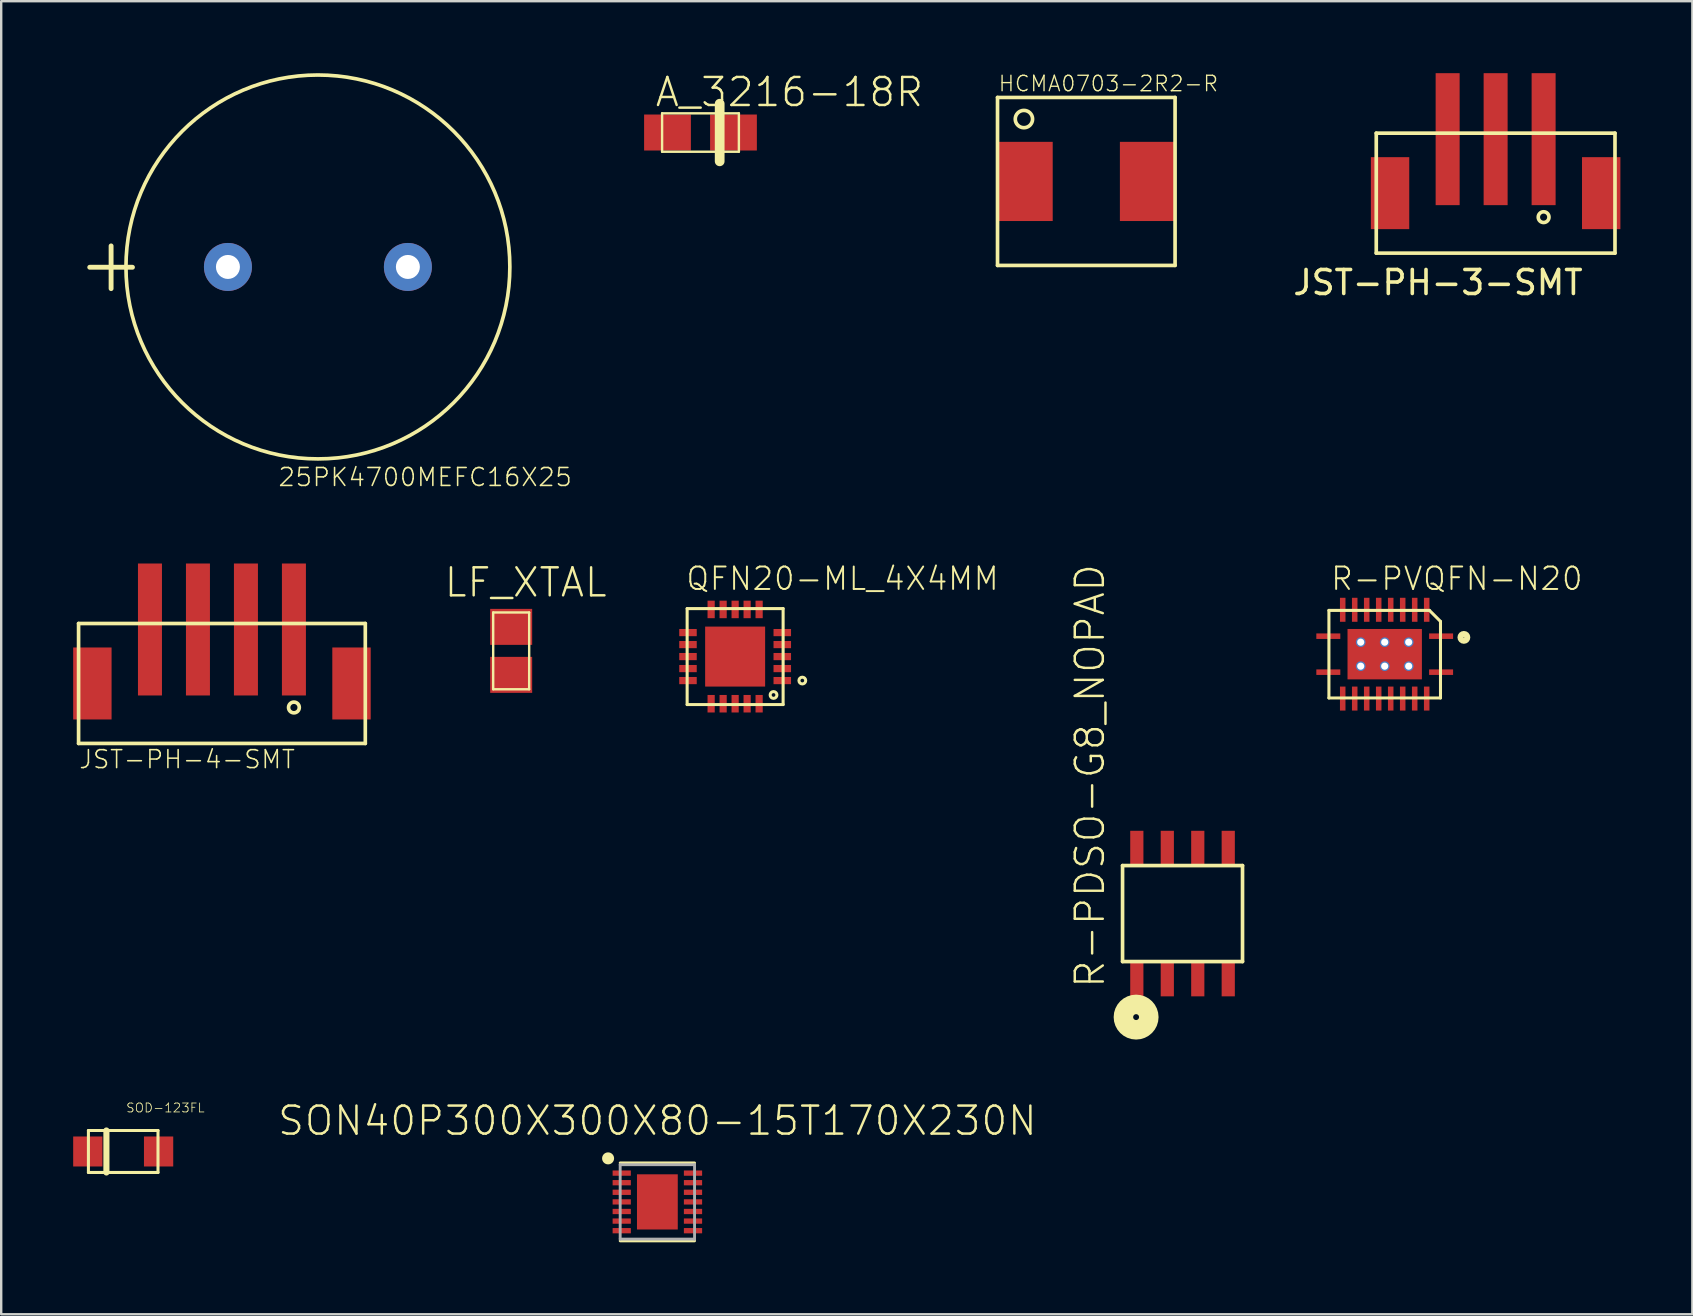
<source format=kicad_pcb>
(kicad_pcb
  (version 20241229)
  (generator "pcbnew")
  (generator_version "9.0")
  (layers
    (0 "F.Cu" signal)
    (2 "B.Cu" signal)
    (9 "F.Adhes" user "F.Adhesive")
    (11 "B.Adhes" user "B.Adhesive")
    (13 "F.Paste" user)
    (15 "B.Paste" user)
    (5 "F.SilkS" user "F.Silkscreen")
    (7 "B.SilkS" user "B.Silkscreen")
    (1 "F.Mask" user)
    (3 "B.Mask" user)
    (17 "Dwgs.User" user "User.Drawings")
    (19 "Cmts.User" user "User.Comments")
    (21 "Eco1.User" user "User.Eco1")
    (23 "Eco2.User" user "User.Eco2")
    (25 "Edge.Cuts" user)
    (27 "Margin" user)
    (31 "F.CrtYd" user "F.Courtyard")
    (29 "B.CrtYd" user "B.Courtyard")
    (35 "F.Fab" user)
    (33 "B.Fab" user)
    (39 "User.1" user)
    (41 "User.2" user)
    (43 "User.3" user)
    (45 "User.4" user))
  (footprint "SON40P300X300X80-15T170X230N"
    (layer "F.Cu")
    (at 24.348 47.043)
    (property "Reference" "SON40P300X300X80-15T170X230N" (at 0 -2.699 0) (unlocked yes) (layer "F.SilkS") (effects (font (size 1.168 1.168) (thickness 0.102)) (justify bottom)))
    (fp_line (start -1.55 -1.624) (end 1.55 -1.624) (stroke (width 0.12) (type solid)) (layer "F.SilkS"))
    (fp_line (start -1.55 1.624) (end 1.55 1.624) (stroke (width 0.12) (type solid)) (layer "F.SilkS"))
    (fp_circle (center -2.054 -1.814) (end -1.929 -1.814) (stroke (width 0.25) (type solid)) (fill yes) (layer "F.SilkS"))
    (fp_line (start -1.55 -1.55) (end 1.55 -1.55) (stroke (width 0.12) (type solid)) (layer "F.Fab"))
    (fp_line (start -1.55 1.55) (end -1.55 -1.55) (stroke (width 0.12) (type solid)) (layer "F.Fab"))
    (fp_line (start 1.55 -1.55) (end 1.55 1.55) (stroke (width 0.12) (type solid)) (layer "F.Fab"))
    (fp_line (start 1.55 1.55) (end -1.55 1.55) (stroke (width 0.12) (type solid)) (layer "F.Fab"))
    (pad "1" smd rect (at -1.485 -1.2) (size 0.76 0.22) (layers "F.Cu" "F.Mask" "F.Paste"))
    (pad "2" smd rect (at -1.485 -0.8) (size 0.76 0.22) (layers "F.Cu" "F.Mask" "F.Paste"))
    (pad "3" smd rect (at -1.485 -0.4) (size 0.76 0.22) (layers "F.Cu" "F.Mask" "F.Paste"))
    (pad "4" smd rect (at -1.485 0) (size 0.76 0.22) (layers "F.Cu" "F.Mask" "F.Paste"))
    (pad "5" smd rect (at -1.485 0.4) (size 0.76 0.22) (layers "F.Cu" "F.Mask" "F.Paste"))
    (pad "6" smd rect (at -1.485 0.8) (size 0.76 0.22) (layers "F.Cu" "F.Mask" "F.Paste"))
    (pad "7" smd rect (at -1.485 1.2) (size 0.76 0.22) (layers "F.Cu" "F.Mask" "F.Paste"))
    (pad "8" smd rect (at 1.485 1.2) (size 0.76 0.22) (layers "F.Cu" "F.Mask" "F.Paste"))
    (pad "9" smd rect (at 1.485 0.8) (size 0.76 0.22) (layers "F.Cu" "F.Mask" "F.Paste"))
    (pad "10" smd rect (at 1.485 0.4) (size 0.76 0.22) (layers "F.Cu" "F.Mask" "F.Paste"))
    (pad "11" smd rect (at 1.485 0) (size 0.76 0.22) (layers "F.Cu" "F.Mask" "F.Paste"))
    (pad "12" smd rect (at 1.485 -0.4) (size 0.76 0.22) (layers "F.Cu" "F.Mask" "F.Paste"))
    (pad "13" smd rect (at 1.485 -0.8) (size 0.76 0.22) (layers "F.Cu" "F.Mask" "F.Paste"))
    (pad "14" smd rect (at 1.485 -1.2) (size 0.76 0.22) (layers "F.Cu" "F.Mask" "F.Paste"))
    (pad "15" smd rect (at 0 0) (size 1.7 2.3) (layers "F.Cu" "F.Mask" "F.Paste")))
  (footprint "JST-PH-3-SMT"
    (layer "F.Cu")
    (at 58.285 7.5)
    (property "Reference" "JST-PH-3-SMT" (at -1.402 1.226 0) (unlocked yes) (layer "F.SilkS") (effects (font (size 1 1) (thickness 0.15))))
    (fp_line (start -3.975 -5) (end -3.975 0) (stroke (width 0.152) (type solid)) (layer "F.SilkS"))
    (fp_line (start -3.975 0) (end 5.975 0) (stroke (width 0.152) (type solid)) (layer "F.SilkS"))
    (fp_line (start 5.975 -5) (end -3.975 -5) (stroke (width 0.152) (type solid)) (layer "F.SilkS"))
    (fp_line (start 5.975 0) (end 5.975 -5) (stroke (width 0.152) (type solid)) (layer "F.SilkS"))
    (fp_circle (center 3 -1.5) (end 3.224 -1.5) (stroke (width 0.152) (type solid)) (fill no) (layer "F.SilkS"))
    (pad "" smd rect (at -3.4 -2.5 90) (size 3 1.6) (layers "F.Cu" "F.Mask" "F.Paste"))
    (pad "" smd rect (at 5.4 -2.5 90) (size 3 1.6) (layers "F.Cu" "F.Mask" "F.Paste"))
    (pad "1" smd rect (at 3 -4.75 90) (size 5.5 1) (layers "F.Cu" "F.Mask" "F.Paste"))
    (pad "2" smd rect (at 1 -4.75 90) (size 5.5 1) (layers "F.Cu" "F.Mask" "F.Paste"))
    (pad "3" smd rect (at -1 -4.75 90) (size 5.5 1) (layers "F.Cu" "F.Mask" "F.Paste")))
  (footprint "R-PVQFN-N20"
    (layer "F.Cu")
    (at 54.662 24.215)
    (property "Reference" "R-PVQFN-N20" (at -2.3 -2.6 0) (unlocked yes) (layer "F.SilkS") (effects (font (size 0.935 0.935) (thickness 0.081)) (justify left bottom)))
    (fp_line (start -2.325 -1.825) (end 1.865 -1.825) (stroke (width 0.127) (type solid)) (layer "F.SilkS"))
    (fp_line (start -2.325 1.825) (end -2.325 -1.825) (stroke (width 0.127) (type solid)) (layer "F.SilkS"))
    (fp_line (start 1.865 -1.825) (end 2.325 -1.365) (stroke (width 0.127) (type solid)) (layer "F.SilkS"))
    (fp_line (start 2.325 -1.365) (end 2.325 1.825) (stroke (width 0.127) (type solid)) (layer "F.SilkS"))
    (fp_line (start 2.325 1.825) (end -2.325 1.825) (stroke (width 0.127) (type solid)) (layer "F.SilkS"))
    (fp_circle (center 3.3 -0.7) (end 3.441 -0.7) (stroke (width 0.254) (type solid)) (fill no) (layer "F.SilkS"))
    (fp_poly (pts (xy -1.4 -0.1) (xy -0.1 -0.1) (xy -0.1 -0.9) (xy -1.4 -0.9)) (stroke (width 0) (type default)) (fill yes) (layer "F.Paste"))
    (fp_poly (pts (xy -1.4 0.9) (xy -0.1 0.9) (xy -0.1 0.1) (xy -1.4 0.1)) (stroke (width 0) (type default)) (fill yes) (layer "F.Paste"))
    (fp_poly (pts (xy 0.1 -0.1) (xy 1.4 -0.1) (xy 1.4 -0.9) (xy 0.1 -0.9)) (stroke (width 0) (type default)) (fill yes) (layer "F.Paste"))
    (fp_poly (pts (xy 0.1 0.9) (xy 1.4 0.9) (xy 1.4 0.1) (xy 0.1 0.1)) (stroke (width 0) (type default)) (fill yes) (layer "F.Paste"))
    (pad "P$1" smd rect (at 2.35 -0.75 180) (size 1 0.23) (layers "F.Cu" "F.Mask" "F.Paste"))
    (pad "P$2" smd rect (at 1.75 -1.85 270) (size 1 0.23) (layers "F.Cu" "F.Mask" "F.Paste"))
    (pad "P$3" smd rect (at 1.25 -1.85 270) (size 1 0.23) (layers "F.Cu" "F.Mask" "F.Paste"))
    (pad "P$4" smd rect (at 0.75 -1.85 270) (size 1 0.23) (layers "F.Cu" "F.Mask" "F.Paste"))
    (pad "P$5" smd rect (at 0.25 -1.85 270) (size 1 0.23) (layers "F.Cu" "F.Mask" "F.Paste"))
    (pad "P$6" smd rect (at -0.25 -1.85 270) (size 1 0.23) (layers "F.Cu" "F.Mask" "F.Paste"))
    (pad "P$7" smd rect (at -0.75 -1.85 270) (size 1 0.23) (layers "F.Cu" "F.Mask" "F.Paste"))
    (pad "P$8" smd rect (at -1.25 -1.85 270) (size 1 0.23) (layers "F.Cu" "F.Mask" "F.Paste"))
    (pad "P$9" smd rect (at -1.75 -1.85 270) (size 1 0.23) (layers "F.Cu" "F.Mask" "F.Paste"))
    (pad "P$10" smd rect (at -2.35 -0.75) (size 1 0.23) (layers "F.Cu" "F.Mask" "F.Paste"))
    (pad "P$11" smd rect (at -2.35 0.75) (size 1 0.23) (layers "F.Cu" "F.Mask" "F.Paste"))
    (pad "P$12" smd rect (at -1.75 1.85 90) (size 1 0.23) (layers "F.Cu" "F.Mask" "F.Paste"))
    (pad "P$13" smd rect (at -1.25 1.85 90) (size 1 0.23) (layers "F.Cu" "F.Mask" "F.Paste"))
    (pad "P$14" smd rect (at -0.75 1.85 90) (size 1 0.23) (layers "F.Cu" "F.Mask" "F.Paste"))
    (pad "P$15" smd rect (at -0.25 1.85 90) (size 1 0.23) (layers "F.Cu" "F.Mask" "F.Paste"))
    (pad "P$16" smd rect (at 0.25 1.85 90) (size 1 0.23) (layers "F.Cu" "F.Mask" "F.Paste"))
    (pad "P$17" smd rect (at 0.75 1.85 90) (size 1 0.23) (layers "F.Cu" "F.Mask" "F.Paste"))
    (pad "P$18" smd rect (at 1.25 1.85 90) (size 1 0.23) (layers "F.Cu" "F.Mask" "F.Paste"))
    (pad "P$19" smd rect (at 1.75 1.85 90) (size 1 0.23) (layers "F.Cu" "F.Mask" "F.Paste"))
    (pad "P$20" smd rect (at 2.35 0.75 180) (size 1 0.23) (layers "F.Cu" "F.Mask" "F.Paste"))
    (pad "P$21" smd rect (at 0 0 270) (size 2.1 3.1) (layers "F.Cu" "F.Mask"))
    (pad "P$22" thru_hole circle (at -1 -0.5) (size 0.406 0.406) (drill 0.3) (layers "*.Cu" "*.Mask"))
    (pad "P$23" thru_hole circle (at 0 -0.5) (size 0.406 0.406) (drill 0.3) (layers "*.Cu" "*.Mask"))
    (pad "P$24" thru_hole circle (at 1 -0.5) (size 0.406 0.406) (drill 0.3) (layers "*.Cu" "*.Mask"))
    (pad "P$25" thru_hole circle (at 1 0.5) (size 0.406 0.406) (drill 0.3) (layers "*.Cu" "*.Mask"))
    (pad "P$26" thru_hole circle (at 0 0.5) (size 0.406 0.406) (drill 0.3) (layers "*.Cu" "*.Mask"))
    (pad "P$27" thru_hole circle (at -1 0.5) (size 0.406 0.406) (drill 0.3) (layers "*.Cu" "*.Mask")))
  (footprint "25PK4700MEFC16X25"
    (layer "F.Cu")
    (at 10.2 8.076)
    (property "Reference" "25PK4700MEFC16X25" (at -1.7 9.2 0) (unlocked yes) (layer "F.SilkS") (effects (font (size 0.748 0.748) (thickness 0.065)) (justify left bottom)))
    (fp_circle (center 0 0) (end 8 0) (stroke (width 0.152) (type solid)) (fill no) (layer "F.SilkS"))
    (fp_text user "+" (at -10.2 1.2 0) (layer "F.SilkS") (effects (font (size 2.337 2.337) (thickness 0.203)) (justify left bottom)))
    (pad "+" thru_hole circle (at -3.75 0) (size 2 2) (drill 1) (layers "*.Cu" "*.Mask"))
    (pad "-" thru_hole circle (at 3.75 0) (size 2 2) (drill 1) (layers "*.Cu" "*.Mask")))
  (footprint "JST-PH-4-SMT"
    (layer "F.Cu")
    (at 6.2 27.936)
    (property "Reference" "JST-PH-4-SMT" (at -6 1.1 0) (unlocked yes) (layer "F.SilkS") (effects (font (size 0.748 0.748) (thickness 0.065)) (justify left bottom)))
    (fp_line (start -5.975 -5) (end -5.975 0) (stroke (width 0.152) (type solid)) (layer "F.SilkS"))
    (fp_line (start -5.975 0) (end 5.975 0) (stroke (width 0.152) (type solid)) (layer "F.SilkS"))
    (fp_line (start 5.975 -5) (end -5.975 -5) (stroke (width 0.152) (type solid)) (layer "F.SilkS"))
    (fp_line (start 5.975 0) (end 5.975 -5) (stroke (width 0.152) (type solid)) (layer "F.SilkS"))
    (fp_circle (center 3 -1.5) (end 3.224 -1.5) (stroke (width 0.152) (type solid)) (fill no) (layer "F.SilkS"))
    (pad "" smd rect (at -5.4 -2.5 90) (size 3 1.6) (layers "F.Cu" "F.Mask" "F.Paste"))
    (pad "" smd rect (at 5.4 -2.5 90) (size 3 1.6) (layers "F.Cu" "F.Mask" "F.Paste"))
    (pad "1" smd rect (at 3 -4.75 90) (size 5.5 1) (layers "F.Cu" "F.Mask" "F.Paste"))
    (pad "2" smd rect (at 1 -4.75 90) (size 5.5 1) (layers "F.Cu" "F.Mask" "F.Paste"))
    (pad "3" smd rect (at -1 -4.75 90) (size 5.5 1) (layers "F.Cu" "F.Mask" "F.Paste"))
    (pad "4" smd rect (at -3 -4.75 90) (size 5.5 1) (layers "F.Cu" "F.Mask" "F.Paste")))
  (footprint "R-PDSO-G8_NOPAD"
    (layer "F.Cu")
    (at 46.236 35.026)
    (property "Reference" "R-PDSO-G8_NOPAD" (at -3.175 3.175 90) (unlocked yes) (layer "F.SilkS") (effects (font (size 1.168 1.168) (thickness 0.102)) (justify left bottom)))
    (fp_line (start -2.5 -2) (end -2.5 2) (stroke (width 0.152) (type solid)) (layer "F.SilkS"))
    (fp_line (start -2.5 2) (end 2.5 2) (stroke (width 0.152) (type solid)) (layer "F.SilkS"))
    (fp_line (start 2.5 -2) (end -2.5 -2) (stroke (width 0.152) (type solid)) (layer "F.SilkS"))
    (fp_line (start 2.5 2) (end 2.5 -2) (stroke (width 0.152) (type solid)) (layer "F.SilkS"))
    (fp_circle (center -1.935 4.315) (end -1.812 4.315) (stroke (width 0.813) (type solid)) (fill no) (layer "F.SilkS"))
    (pad "1" smd rect (at -1.905 2.7) (size 0.55 1.5) (layers "F.Cu" "F.Mask" "F.Paste"))
    (pad "2" smd rect (at -0.635 2.7) (size 0.55 1.5) (layers "F.Cu" "F.Mask" "F.Paste"))
    (pad "3" smd rect (at 0.635 2.7) (size 0.55 1.5) (layers "F.Cu" "F.Mask" "F.Paste"))
    (pad "4" smd rect (at 1.905 2.7) (size 0.55 1.5) (layers "F.Cu" "F.Mask" "F.Paste"))
    (pad "5" smd rect (at 1.905 -2.7) (size 0.55 1.5) (layers "F.Cu" "F.Mask" "F.Paste"))
    (pad "6" smd rect (at 0.635 -2.7) (size 0.55 1.5) (layers "F.Cu" "F.Mask" "F.Paste"))
    (pad "7" smd rect (at -0.635 -2.7) (size 0.55 1.5) (layers "F.Cu" "F.Mask" "F.Paste"))
    (pad "8" smd rect (at -1.905 -2.7) (size 0.55 1.5) (layers "F.Cu" "F.Mask" "F.Paste")))
  (footprint "A_3216-18R"
    (layer "F.Cu")
    (at 26.145 2.473)
    (property "Reference" "A_3216-18R" (at -1.95 -1 0) (unlocked yes) (layer "F.SilkS") (effects (font (size 1.168 1.168) (thickness 0.102)) (justify left bottom)))
    (fp_line (start -1.6 -0.8) (end 1.6 -0.8) (stroke (width 0.1) (type solid)) (layer "F.SilkS"))
    (fp_line (start -1.6 0.8) (end -1.6 -0.8) (stroke (width 0.1) (type solid)) (layer "F.SilkS"))
    (fp_line (start 0.8 -1.2) (end 0.8 1.2) (stroke (width 0.406) (type solid)) (layer "F.SilkS"))
    (fp_line (start 1.6 -0.8) (end 1.6 0.8) (stroke (width 0.1) (type solid)) (layer "F.SilkS"))
    (fp_line (start 1.6 0.8) (end -1.6 0.8) (stroke (width 0.1) (type solid)) (layer "F.SilkS"))
    (pad "+" smd rect (at 1.375 0) (size 1.95 1.5) (layers "F.Cu" "F.Mask" "F.Paste"))
    (pad "-" smd rect (at -1.375 0) (size 1.95 1.5) (layers "F.Cu" "F.Mask" "F.Paste")))
  (footprint "SOD−123FL"
    (layer "F.Cu")
    (at 2.085 44.942)
    (property "Reference" "SOD−123FL" (at 0.1 -1.6 0) (unlocked yes) (layer "F.SilkS") (effects (font (size 0.374 0.374) (thickness 0.033)) (justify left bottom)))
    (fp_line (start -1.45 -0.875) (end -0.7 -0.875) (stroke (width 0.127) (type solid)) (layer "F.SilkS"))
    (fp_line (start -1.45 0.875) (end -1.45 -0.875) (stroke (width 0.127) (type solid)) (layer "F.SilkS"))
    (fp_line (start -0.7 -0.875) (end -0.7 0.875) (stroke (width 0.254) (type solid)) (layer "F.SilkS"))
    (fp_line (start -0.7 -0.875) (end 1.45 -0.875) (stroke (width 0.127) (type solid)) (layer "F.SilkS"))
    (fp_line (start -0.7 0.875) (end -1.45 0.875) (stroke (width 0.127) (type solid)) (layer "F.SilkS"))
    (fp_line (start 1.45 -0.875) (end 1.45 0.875) (stroke (width 0.127) (type solid)) (layer "F.SilkS"))
    (fp_line (start 1.45 0.875) (end -0.7 0.875) (stroke (width 0.127) (type solid)) (layer "F.SilkS"))
    (pad "A" smd rect (at 1.475 0) (size 1.22 1.25) (layers "F.Cu" "F.Mask" "F.Paste"))
    (pad "K" smd rect (at -1.475 0) (size 1.22 1.25) (layers "F.Cu" "F.Mask" "F.Paste")))
  (footprint "QFN20-ML_4X4MM"
    (layer "F.Cu")
    (at 27.589 24.315)
    (property "Reference" "QFN20-ML_4X4MM" (at -2.1 -2.7 0) (unlocked yes) (layer "F.SilkS") (effects (font (size 0.935 0.935) (thickness 0.081)) (justify left bottom)))
    (fp_line (start -2 -2) (end 2 -2) (stroke (width 0.127) (type solid)) (layer "F.SilkS"))
    (fp_line (start -2 2) (end -2 -2) (stroke (width 0.127) (type solid)) (layer "F.SilkS"))
    (fp_line (start 2 -2) (end 2 2) (stroke (width 0.127) (type solid)) (layer "F.SilkS"))
    (fp_line (start 2 2) (end -2 2) (stroke (width 0.127) (type solid)) (layer "F.SilkS"))
    (fp_circle (center 1.6 1.6) (end 1.741 1.6) (stroke (width 0.127) (type solid)) (fill no) (layer "F.SilkS"))
    (fp_circle (center 2.8 1) (end 2.941 1) (stroke (width 0.127) (type solid)) (fill no) (layer "F.SilkS"))
    (fp_poly (pts (xy -1.1 -0.1) (xy -0.1 -0.1) (xy -0.1 -1.1) (xy -1.1 -1.1)) (stroke (width 0) (type default)) (fill yes) (layer "F.Paste"))
    (fp_poly (pts (xy -1.1 1.1) (xy -0.1 1.1) (xy -0.1 0.1) (xy -1.1 0.1)) (stroke (width 0) (type default)) (fill yes) (layer "F.Paste"))
    (fp_poly (pts (xy 0.1 -0.1) (xy 1.1 -0.1) (xy 1.1 -1.1) (xy 0.1 -1.1)) (stroke (width 0) (type default)) (fill yes) (layer "F.Paste"))
    (fp_poly (pts (xy 0.1 1.1) (xy 1.1 1.1) (xy 1.1 0.1) (xy 0.1 0.1)) (stroke (width 0) (type default)) (fill yes) (layer "F.Paste"))
    (pad "1" smd rect (at 1.965 1 90) (size 0.3 0.73) (layers "F.Cu" "F.Mask" "F.Paste"))
    (pad "2" smd rect (at 1.965 0.5 90) (size 0.3 0.73) (layers "F.Cu" "F.Mask" "F.Paste"))
    (pad "3" smd rect (at 1.965 0 90) (size 0.3 0.73) (layers "F.Cu" "F.Mask" "F.Paste"))
    (pad "4" smd rect (at 1.965 -0.5 90) (size 0.3 0.73) (layers "F.Cu" "F.Mask" "F.Paste"))
    (pad "5" smd rect (at 1.965 -1 90) (size 0.3 0.73) (layers "F.Cu" "F.Mask" "F.Paste"))
    (pad "6" smd rect (at 1 -1.965 180) (size 0.3 0.73) (layers "F.Cu" "F.Mask" "F.Paste"))
    (pad "7" smd rect (at 0.5 -1.965 180) (size 0.3 0.73) (layers "F.Cu" "F.Mask" "F.Paste"))
    (pad "8" smd rect (at 0 -1.965 180) (size 0.3 0.73) (layers "F.Cu" "F.Mask" "F.Paste"))
    (pad "9" smd rect (at -0.5 -1.965 180) (size 0.3 0.73) (layers "F.Cu" "F.Mask" "F.Paste"))
    (pad "10" smd rect (at -1 -1.965 180) (size 0.3 0.73) (layers "F.Cu" "F.Mask" "F.Paste"))
    (pad "11" smd rect (at -1.965 -1 270) (size 0.3 0.73) (layers "F.Cu" "F.Mask" "F.Paste"))
    (pad "12" smd rect (at -1.965 -0.5 270) (size 0.3 0.73) (layers "F.Cu" "F.Mask" "F.Paste"))
    (pad "13" smd rect (at -1.965 0 270) (size 0.3 0.73) (layers "F.Cu" "F.Mask" "F.Paste"))
    (pad "14" smd rect (at -1.965 0.5 270) (size 0.3 0.73) (layers "F.Cu" "F.Mask" "F.Paste"))
    (pad "15" smd rect (at -1.965 1 270) (size 0.3 0.73) (layers "F.Cu" "F.Mask" "F.Paste"))
    (pad "16" smd rect (at -1 1.965) (size 0.3 0.73) (layers "F.Cu" "F.Mask" "F.Paste"))
    (pad "17" smd rect (at -0.5 1.965) (size 0.3 0.73) (layers "F.Cu" "F.Mask" "F.Paste"))
    (pad "18" smd rect (at 0 1.965) (size 0.3 0.73) (layers "F.Cu" "F.Mask" "F.Paste"))
    (pad "19" smd rect (at 0.5 1.965) (size 0.3 0.73) (layers "F.Cu" "F.Mask" "F.Paste"))
    (pad "20" smd rect (at 1 1.965) (size 0.3 0.73) (layers "F.Cu" "F.Mask" "F.Paste"))
    (pad "EP" smd rect (at 0 0) (size 2.5 2.5) (layers "F.Cu" "F.Mask")))
  (footprint "HCMA0703-2R2-R"
    (layer "F.Cu")
    (at 42.225 4.512)
    (property "Reference" "HCMA0703-2R2-R" (at -3.7 -3.7 0) (unlocked yes) (layer "F.SilkS") (effects (font (size 0.644 0.644) (thickness 0.056)) (justify left bottom)))
    (fp_line (start -3.7 -3.5) (end 3.7 -3.5) (stroke (width 0.152) (type solid)) (layer "F.SilkS"))
    (fp_line (start -3.7 3.5) (end -3.7 -3.5) (stroke (width 0.152) (type solid)) (layer "F.SilkS"))
    (fp_line (start 3.7 -3.5) (end 3.7 3.5) (stroke (width 0.152) (type solid)) (layer "F.SilkS"))
    (fp_line (start 3.7 3.5) (end -3.7 3.5) (stroke (width 0.152) (type solid)) (layer "F.SilkS"))
    (fp_circle (center -2.6 -2.6) (end -2.239 -2.6) (stroke (width 0.152) (type solid)) (fill no) (layer "F.SilkS"))
    (pad "P$1" smd rect (at -2.55 0 90) (size 3.3 2.3) (layers "F.Cu" "F.Mask" "F.Paste"))
    (pad "P$2" smd rect (at 2.55 0 90) (size 3.3 2.3) (layers "F.Cu" "F.Mask" "F.Paste")))
  (footprint "LF_XTAL"
    (layer "F.Cu")
    (at 18.255 24.077)
    (property "Reference" "LF_XTAL" (at -2.854 -2.167 0) (unlocked yes) (layer "F.SilkS") (effects (font (size 1.168 1.168) (thickness 0.102)) (justify left bottom)))
    (fp_line (start -0.75 -1.6) (end 0.75 -1.6) (stroke (width 0.1) (type solid)) (layer "F.SilkS"))
    (fp_line (start -0.75 1.6) (end -0.75 -1.6) (stroke (width 0.1) (type solid)) (layer "F.SilkS"))
    (fp_line (start 0.75 -1.6) (end 0.75 1.6) (stroke (width 0.1) (type solid)) (layer "F.SilkS"))
    (fp_line (start 0.75 1.6) (end -0.75 1.6) (stroke (width 0.1) (type solid)) (layer "F.SilkS"))
    (pad "1" smd rect (at 0 -1) (size 1.75 1.5) (layers "F.Cu" "F.Mask" "F.Paste"))
    (pad "2" smd rect (at 0 1) (size 1.75 1.5) (layers "F.Cu" "F.Mask" "F.Paste")))
  (gr_rect
    (start -3 -3)
    (end 67.485 51.727)
    (stroke (width 0.1) (type default))
    (fill no)
    (layer "Edge.Cuts")))
</source>
